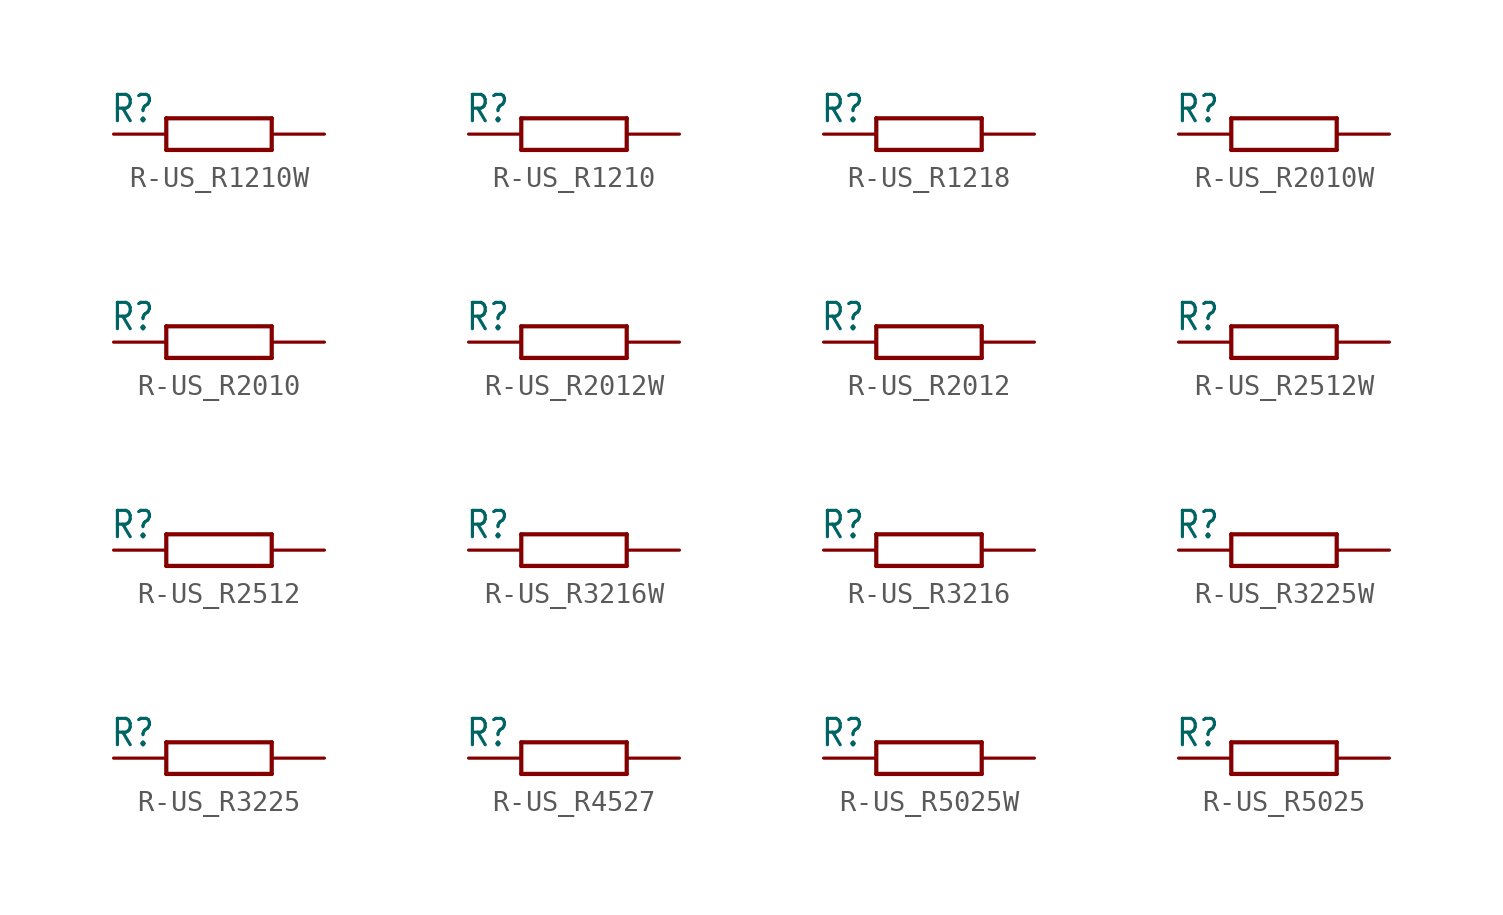
<source format=kicad_sym>
(kicad_symbol_lib
  (version 20231120)
  (generator "kicad_symbol_editor")
  (generator_version "8.99")
  (symbol "R-US_R1210W"
    (property "Reference" "R"
      (at -3.048 0.483 0)
      (effects (font (size 1.27 1.079)) (justify right bottom)))
    (property "Value" ""
      (at 0 0 0)
      (effects (font (size 1.016 0.864))))
    (property "ki_locked" ""
      (at 0 0 0)
      (effects (font (size 1.27 1.27))))
    (symbol "R-US_R1210W_1_0"
      (polyline (pts (xy -2.54 -0.762) (xy -2.54 0.762)) (stroke (width 0.203) (type solid)) (fill (type none)))
      (polyline (pts (xy -2.54 0.762) (xy 2.54 0.762)) (stroke (width 0.203) (type solid)) (fill (type none)))
      (polyline (pts (xy 2.54 -0.762) (xy -2.54 -0.762)) (stroke (width 0.203) (type solid)) (fill (type none)))
      (polyline (pts (xy 2.54 0.762) (xy 2.54 -0.762)) (stroke (width 0.203) (type solid)) (fill (type none)))
      (pin passive line (at -5.08 0 0) (length 2.54) (name "1" (effects (font (size 0 0)))) (number "1" (effects (font (size 0 0)))))
      (pin passive line (at 5.08 0 180) (length 2.54) (name "2" (effects (font (size 0 0)))) (number "2" (effects (font (size 0 0)))))))
  (symbol "R-US_R1210"
    (property "Reference" "R"
      (at -3.048 0.483 0)
      (effects (font (size 1.27 1.079)) (justify right bottom)))
    (property "Value" ""
      (at 0 0 0)
      (effects (font (size 1.016 0.864))))
    (property "ki_locked" ""
      (at 0 0 0)
      (effects (font (size 1.27 1.27))))
    (symbol "R-US_R1210_1_0"
      (polyline (pts (xy -2.54 -0.762) (xy -2.54 0.762)) (stroke (width 0.203) (type solid)) (fill (type none)))
      (polyline (pts (xy -2.54 0.762) (xy 2.54 0.762)) (stroke (width 0.203) (type solid)) (fill (type none)))
      (polyline (pts (xy 2.54 -0.762) (xy -2.54 -0.762)) (stroke (width 0.203) (type solid)) (fill (type none)))
      (polyline (pts (xy 2.54 0.762) (xy 2.54 -0.762)) (stroke (width 0.203) (type solid)) (fill (type none)))
      (pin passive line (at -5.08 0 0) (length 2.54) (name "1" (effects (font (size 0 0)))) (number "1" (effects (font (size 0 0)))))
      (pin passive line (at 5.08 0 180) (length 2.54) (name "2" (effects (font (size 0 0)))) (number "2" (effects (font (size 0 0)))))))
  (symbol "R-US_R1218"
    (property "Reference" "R"
      (at -3.048 0.483 0)
      (effects (font (size 1.27 1.079)) (justify right bottom)))
    (property "Value" ""
      (at 0 0 0)
      (effects (font (size 1.016 0.864))))
    (property "ki_locked" ""
      (at 0 0 0)
      (effects (font (size 1.27 1.27))))
    (symbol "R-US_R1218_1_0"
      (polyline (pts (xy -2.54 -0.762) (xy -2.54 0.762)) (stroke (width 0.203) (type solid)) (fill (type none)))
      (polyline (pts (xy -2.54 0.762) (xy 2.54 0.762)) (stroke (width 0.203) (type solid)) (fill (type none)))
      (polyline (pts (xy 2.54 -0.762) (xy -2.54 -0.762)) (stroke (width 0.203) (type solid)) (fill (type none)))
      (polyline (pts (xy 2.54 0.762) (xy 2.54 -0.762)) (stroke (width 0.203) (type solid)) (fill (type none)))
      (pin passive line (at -5.08 0 0) (length 2.54) (name "1" (effects (font (size 0 0)))) (number "1" (effects (font (size 0 0)))))
      (pin passive line (at 5.08 0 180) (length 2.54) (name "2" (effects (font (size 0 0)))) (number "2" (effects (font (size 0 0)))))))
  (symbol "R-US_R2010W"
    (property "Reference" "R"
      (at -3.048 0.483 0)
      (effects (font (size 1.27 1.079)) (justify right bottom)))
    (property "Value" ""
      (at 0 0 0)
      (effects (font (size 1.016 0.864))))
    (property "ki_locked" ""
      (at 0 0 0)
      (effects (font (size 1.27 1.27))))
    (symbol "R-US_R2010W_1_0"
      (polyline (pts (xy -2.54 -0.762) (xy -2.54 0.762)) (stroke (width 0.203) (type solid)) (fill (type none)))
      (polyline (pts (xy -2.54 0.762) (xy 2.54 0.762)) (stroke (width 0.203) (type solid)) (fill (type none)))
      (polyline (pts (xy 2.54 -0.762) (xy -2.54 -0.762)) (stroke (width 0.203) (type solid)) (fill (type none)))
      (polyline (pts (xy 2.54 0.762) (xy 2.54 -0.762)) (stroke (width 0.203) (type solid)) (fill (type none)))
      (pin passive line (at -5.08 0 0) (length 2.54) (name "1" (effects (font (size 0 0)))) (number "1" (effects (font (size 0 0)))))
      (pin passive line (at 5.08 0 180) (length 2.54) (name "2" (effects (font (size 0 0)))) (number "2" (effects (font (size 0 0)))))))
  (symbol "R-US_R2010"
    (property "Reference" "R"
      (at -3.048 0.483 0)
      (effects (font (size 1.27 1.079)) (justify right bottom)))
    (property "Value" ""
      (at 0 0 0)
      (effects (font (size 1.016 0.864))))
    (property "ki_locked" ""
      (at 0 0 0)
      (effects (font (size 1.27 1.27))))
    (symbol "R-US_R2010_1_0"
      (polyline (pts (xy -2.54 -0.762) (xy -2.54 0.762)) (stroke (width 0.203) (type solid)) (fill (type none)))
      (polyline (pts (xy -2.54 0.762) (xy 2.54 0.762)) (stroke (width 0.203) (type solid)) (fill (type none)))
      (polyline (pts (xy 2.54 -0.762) (xy -2.54 -0.762)) (stroke (width 0.203) (type solid)) (fill (type none)))
      (polyline (pts (xy 2.54 0.762) (xy 2.54 -0.762)) (stroke (width 0.203) (type solid)) (fill (type none)))
      (pin passive line (at -5.08 0 0) (length 2.54) (name "1" (effects (font (size 0 0)))) (number "1" (effects (font (size 0 0)))))
      (pin passive line (at 5.08 0 180) (length 2.54) (name "2" (effects (font (size 0 0)))) (number "2" (effects (font (size 0 0)))))))
  (symbol "R-US_R2012W"
    (property "Reference" "R"
      (at -3.048 0.483 0)
      (effects (font (size 1.27 1.079)) (justify right bottom)))
    (property "Value" ""
      (at 0 0 0)
      (effects (font (size 1.016 0.864))))
    (property "ki_locked" ""
      (at 0 0 0)
      (effects (font (size 1.27 1.27))))
    (symbol "R-US_R2012W_1_0"
      (polyline (pts (xy -2.54 -0.762) (xy -2.54 0.762)) (stroke (width 0.203) (type solid)) (fill (type none)))
      (polyline (pts (xy -2.54 0.762) (xy 2.54 0.762)) (stroke (width 0.203) (type solid)) (fill (type none)))
      (polyline (pts (xy 2.54 -0.762) (xy -2.54 -0.762)) (stroke (width 0.203) (type solid)) (fill (type none)))
      (polyline (pts (xy 2.54 0.762) (xy 2.54 -0.762)) (stroke (width 0.203) (type solid)) (fill (type none)))
      (pin passive line (at -5.08 0 0) (length 2.54) (name "1" (effects (font (size 0 0)))) (number "1" (effects (font (size 0 0)))))
      (pin passive line (at 5.08 0 180) (length 2.54) (name "2" (effects (font (size 0 0)))) (number "2" (effects (font (size 0 0)))))))
  (symbol "R-US_R2012"
    (property "Reference" "R"
      (at -3.048 0.483 0)
      (effects (font (size 1.27 1.079)) (justify right bottom)))
    (property "Value" ""
      (at 0 0 0)
      (effects (font (size 1.016 0.864))))
    (property "ki_locked" ""
      (at 0 0 0)
      (effects (font (size 1.27 1.27))))
    (symbol "R-US_R2012_1_0"
      (polyline (pts (xy -2.54 -0.762) (xy -2.54 0.762)) (stroke (width 0.203) (type solid)) (fill (type none)))
      (polyline (pts (xy -2.54 0.762) (xy 2.54 0.762)) (stroke (width 0.203) (type solid)) (fill (type none)))
      (polyline (pts (xy 2.54 -0.762) (xy -2.54 -0.762)) (stroke (width 0.203) (type solid)) (fill (type none)))
      (polyline (pts (xy 2.54 0.762) (xy 2.54 -0.762)) (stroke (width 0.203) (type solid)) (fill (type none)))
      (pin passive line (at -5.08 0 0) (length 2.54) (name "1" (effects (font (size 0 0)))) (number "1" (effects (font (size 0 0)))))
      (pin passive line (at 5.08 0 180) (length 2.54) (name "2" (effects (font (size 0 0)))) (number "2" (effects (font (size 0 0)))))))
  (symbol "R-US_R2512W"
    (property "Reference" "R"
      (at -3.048 0.483 0)
      (effects (font (size 1.27 1.079)) (justify right bottom)))
    (property "Value" ""
      (at 0 0 0)
      (effects (font (size 1.016 0.864))))
    (property "ki_locked" ""
      (at 0 0 0)
      (effects (font (size 1.27 1.27))))
    (symbol "R-US_R2512W_1_0"
      (polyline (pts (xy -2.54 -0.762) (xy -2.54 0.762)) (stroke (width 0.203) (type solid)) (fill (type none)))
      (polyline (pts (xy -2.54 0.762) (xy 2.54 0.762)) (stroke (width 0.203) (type solid)) (fill (type none)))
      (polyline (pts (xy 2.54 -0.762) (xy -2.54 -0.762)) (stroke (width 0.203) (type solid)) (fill (type none)))
      (polyline (pts (xy 2.54 0.762) (xy 2.54 -0.762)) (stroke (width 0.203) (type solid)) (fill (type none)))
      (pin passive line (at -5.08 0 0) (length 2.54) (name "1" (effects (font (size 0 0)))) (number "1" (effects (font (size 0 0)))))
      (pin passive line (at 5.08 0 180) (length 2.54) (name "2" (effects (font (size 0 0)))) (number "2" (effects (font (size 0 0)))))))
  (symbol "R-US_R2512"
    (property "Reference" "R"
      (at -3.048 0.483 0)
      (effects (font (size 1.27 1.079)) (justify right bottom)))
    (property "Value" ""
      (at 0 0 0)
      (effects (font (size 1.016 0.864))))
    (property "ki_locked" ""
      (at 0 0 0)
      (effects (font (size 1.27 1.27))))
    (symbol "R-US_R2512_1_0"
      (polyline (pts (xy -2.54 -0.762) (xy -2.54 0.762)) (stroke (width 0.203) (type solid)) (fill (type none)))
      (polyline (pts (xy -2.54 0.762) (xy 2.54 0.762)) (stroke (width 0.203) (type solid)) (fill (type none)))
      (polyline (pts (xy 2.54 -0.762) (xy -2.54 -0.762)) (stroke (width 0.203) (type solid)) (fill (type none)))
      (polyline (pts (xy 2.54 0.762) (xy 2.54 -0.762)) (stroke (width 0.203) (type solid)) (fill (type none)))
      (pin passive line (at -5.08 0 0) (length 2.54) (name "1" (effects (font (size 0 0)))) (number "1" (effects (font (size 0 0)))))
      (pin passive line (at 5.08 0 180) (length 2.54) (name "2" (effects (font (size 0 0)))) (number "2" (effects (font (size 0 0)))))))
  (symbol "R-US_R3216W"
    (property "Reference" "R"
      (at -3.048 0.483 0)
      (effects (font (size 1.27 1.079)) (justify right bottom)))
    (property "Value" ""
      (at 0 0 0)
      (effects (font (size 1.016 0.864))))
    (property "ki_locked" ""
      (at 0 0 0)
      (effects (font (size 1.27 1.27))))
    (symbol "R-US_R3216W_1_0"
      (polyline (pts (xy -2.54 -0.762) (xy -2.54 0.762)) (stroke (width 0.203) (type solid)) (fill (type none)))
      (polyline (pts (xy -2.54 0.762) (xy 2.54 0.762)) (stroke (width 0.203) (type solid)) (fill (type none)))
      (polyline (pts (xy 2.54 -0.762) (xy -2.54 -0.762)) (stroke (width 0.203) (type solid)) (fill (type none)))
      (polyline (pts (xy 2.54 0.762) (xy 2.54 -0.762)) (stroke (width 0.203) (type solid)) (fill (type none)))
      (pin passive line (at -5.08 0 0) (length 2.54) (name "1" (effects (font (size 0 0)))) (number "1" (effects (font (size 0 0)))))
      (pin passive line (at 5.08 0 180) (length 2.54) (name "2" (effects (font (size 0 0)))) (number "2" (effects (font (size 0 0)))))))
  (symbol "R-US_R3216"
    (property "Reference" "R"
      (at -3.048 0.483 0)
      (effects (font (size 1.27 1.079)) (justify right bottom)))
    (property "Value" ""
      (at 0 0 0)
      (effects (font (size 1.016 0.864))))
    (property "ki_locked" ""
      (at 0 0 0)
      (effects (font (size 1.27 1.27))))
    (symbol "R-US_R3216_1_0"
      (polyline (pts (xy -2.54 -0.762) (xy -2.54 0.762)) (stroke (width 0.203) (type solid)) (fill (type none)))
      (polyline (pts (xy -2.54 0.762) (xy 2.54 0.762)) (stroke (width 0.203) (type solid)) (fill (type none)))
      (polyline (pts (xy 2.54 -0.762) (xy -2.54 -0.762)) (stroke (width 0.203) (type solid)) (fill (type none)))
      (polyline (pts (xy 2.54 0.762) (xy 2.54 -0.762)) (stroke (width 0.203) (type solid)) (fill (type none)))
      (pin passive line (at -5.08 0 0) (length 2.54) (name "1" (effects (font (size 0 0)))) (number "1" (effects (font (size 0 0)))))
      (pin passive line (at 5.08 0 180) (length 2.54) (name "2" (effects (font (size 0 0)))) (number "2" (effects (font (size 0 0)))))))
  (symbol "R-US_R3225W"
    (property "Reference" "R"
      (at -3.048 0.483 0)
      (effects (font (size 1.27 1.079)) (justify right bottom)))
    (property "Value" ""
      (at 0 0 0)
      (effects (font (size 1.016 0.864))))
    (property "ki_locked" ""
      (at 0 0 0)
      (effects (font (size 1.27 1.27))))
    (symbol "R-US_R3225W_1_0"
      (polyline (pts (xy -2.54 -0.762) (xy -2.54 0.762)) (stroke (width 0.203) (type solid)) (fill (type none)))
      (polyline (pts (xy -2.54 0.762) (xy 2.54 0.762)) (stroke (width 0.203) (type solid)) (fill (type none)))
      (polyline (pts (xy 2.54 -0.762) (xy -2.54 -0.762)) (stroke (width 0.203) (type solid)) (fill (type none)))
      (polyline (pts (xy 2.54 0.762) (xy 2.54 -0.762)) (stroke (width 0.203) (type solid)) (fill (type none)))
      (pin passive line (at -5.08 0 0) (length 2.54) (name "1" (effects (font (size 0 0)))) (number "1" (effects (font (size 0 0)))))
      (pin passive line (at 5.08 0 180) (length 2.54) (name "2" (effects (font (size 0 0)))) (number "2" (effects (font (size 0 0)))))))
  (symbol "R-US_R3225"
    (property "Reference" "R"
      (at -3.048 0.483 0)
      (effects (font (size 1.27 1.079)) (justify right bottom)))
    (property "Value" ""
      (at 0 0 0)
      (effects (font (size 1.016 0.864))))
    (property "ki_locked" ""
      (at 0 0 0)
      (effects (font (size 1.27 1.27))))
    (symbol "R-US_R3225_1_0"
      (polyline (pts (xy -2.54 -0.762) (xy -2.54 0.762)) (stroke (width 0.203) (type solid)) (fill (type none)))
      (polyline (pts (xy -2.54 0.762) (xy 2.54 0.762)) (stroke (width 0.203) (type solid)) (fill (type none)))
      (polyline (pts (xy 2.54 -0.762) (xy -2.54 -0.762)) (stroke (width 0.203) (type solid)) (fill (type none)))
      (polyline (pts (xy 2.54 0.762) (xy 2.54 -0.762)) (stroke (width 0.203) (type solid)) (fill (type none)))
      (pin passive line (at -5.08 0 0) (length 2.54) (name "1" (effects (font (size 0 0)))) (number "1" (effects (font (size 0 0)))))
      (pin passive line (at 5.08 0 180) (length 2.54) (name "2" (effects (font (size 0 0)))) (number "2" (effects (font (size 0 0)))))))
  (symbol "R-US_R4527"
    (property "Reference" "R"
      (at -3.048 0.483 0)
      (effects (font (size 1.27 1.079)) (justify right bottom)))
    (property "Value" ""
      (at 0 0 0)
      (effects (font (size 1.016 0.864))))
    (property "ki_locked" ""
      (at 0 0 0)
      (effects (font (size 1.27 1.27))))
    (symbol "R-US_R4527_1_0"
      (polyline (pts (xy -2.54 -0.762) (xy -2.54 0.762)) (stroke (width 0.203) (type solid)) (fill (type none)))
      (polyline (pts (xy -2.54 0.762) (xy 2.54 0.762)) (stroke (width 0.203) (type solid)) (fill (type none)))
      (polyline (pts (xy 2.54 -0.762) (xy -2.54 -0.762)) (stroke (width 0.203) (type solid)) (fill (type none)))
      (polyline (pts (xy 2.54 0.762) (xy 2.54 -0.762)) (stroke (width 0.203) (type solid)) (fill (type none)))
      (pin passive line (at -5.08 0 0) (length 2.54) (name "1" (effects (font (size 0 0)))) (number "1" (effects (font (size 0 0)))))
      (pin passive line (at 5.08 0 180) (length 2.54) (name "2" (effects (font (size 0 0)))) (number "2" (effects (font (size 0 0)))))))
  (symbol "R-US_R5025W"
    (property "Reference" "R"
      (at -3.048 0.483 0)
      (effects (font (size 1.27 1.079)) (justify right bottom)))
    (property "Value" ""
      (at 0 0 0)
      (effects (font (size 1.016 0.864))))
    (property "ki_locked" ""
      (at 0 0 0)
      (effects (font (size 1.27 1.27))))
    (symbol "R-US_R5025W_1_0"
      (polyline (pts (xy -2.54 -0.762) (xy -2.54 0.762)) (stroke (width 0.203) (type solid)) (fill (type none)))
      (polyline (pts (xy -2.54 0.762) (xy 2.54 0.762)) (stroke (width 0.203) (type solid)) (fill (type none)))
      (polyline (pts (xy 2.54 -0.762) (xy -2.54 -0.762)) (stroke (width 0.203) (type solid)) (fill (type none)))
      (polyline (pts (xy 2.54 0.762) (xy 2.54 -0.762)) (stroke (width 0.203) (type solid)) (fill (type none)))
      (pin passive line (at -5.08 0 0) (length 2.54) (name "1" (effects (font (size 0 0)))) (number "1" (effects (font (size 0 0)))))
      (pin passive line (at 5.08 0 180) (length 2.54) (name "2" (effects (font (size 0 0)))) (number "2" (effects (font (size 0 0)))))))
  (symbol "R-US_R5025"
    (property "Reference" "R"
      (at -3.048 0.483 0)
      (effects (font (size 1.27 1.079)) (justify right bottom)))
    (property "Value" ""
      (at 0 0 0)
      (effects (font (size 1.016 0.864))))
    (property "ki_locked" ""
      (at 0 0 0)
      (effects (font (size 1.27 1.27))))
    (symbol "R-US_R5025_1_0"
      (polyline (pts (xy -2.54 -0.762) (xy -2.54 0.762)) (stroke (width 0.203) (type solid)) (fill (type none)))
      (polyline (pts (xy -2.54 0.762) (xy 2.54 0.762)) (stroke (width 0.203) (type solid)) (fill (type none)))
      (polyline (pts (xy 2.54 -0.762) (xy -2.54 -0.762)) (stroke (width 0.203) (type solid)) (fill (type none)))
      (polyline (pts (xy 2.54 0.762) (xy 2.54 -0.762)) (stroke (width 0.203) (type solid)) (fill (type none)))
      (pin passive line (at -5.08 0 0) (length 2.54) (name "1" (effects (font (size 0 0)))) (number "1" (effects (font (size 0 0)))))
      (pin passive line (at 5.08 0 180) (length 2.54) (name "2" (effects (font (size 0 0)))) (number "2" (effects (font (size 0 0))))))))
</source>
